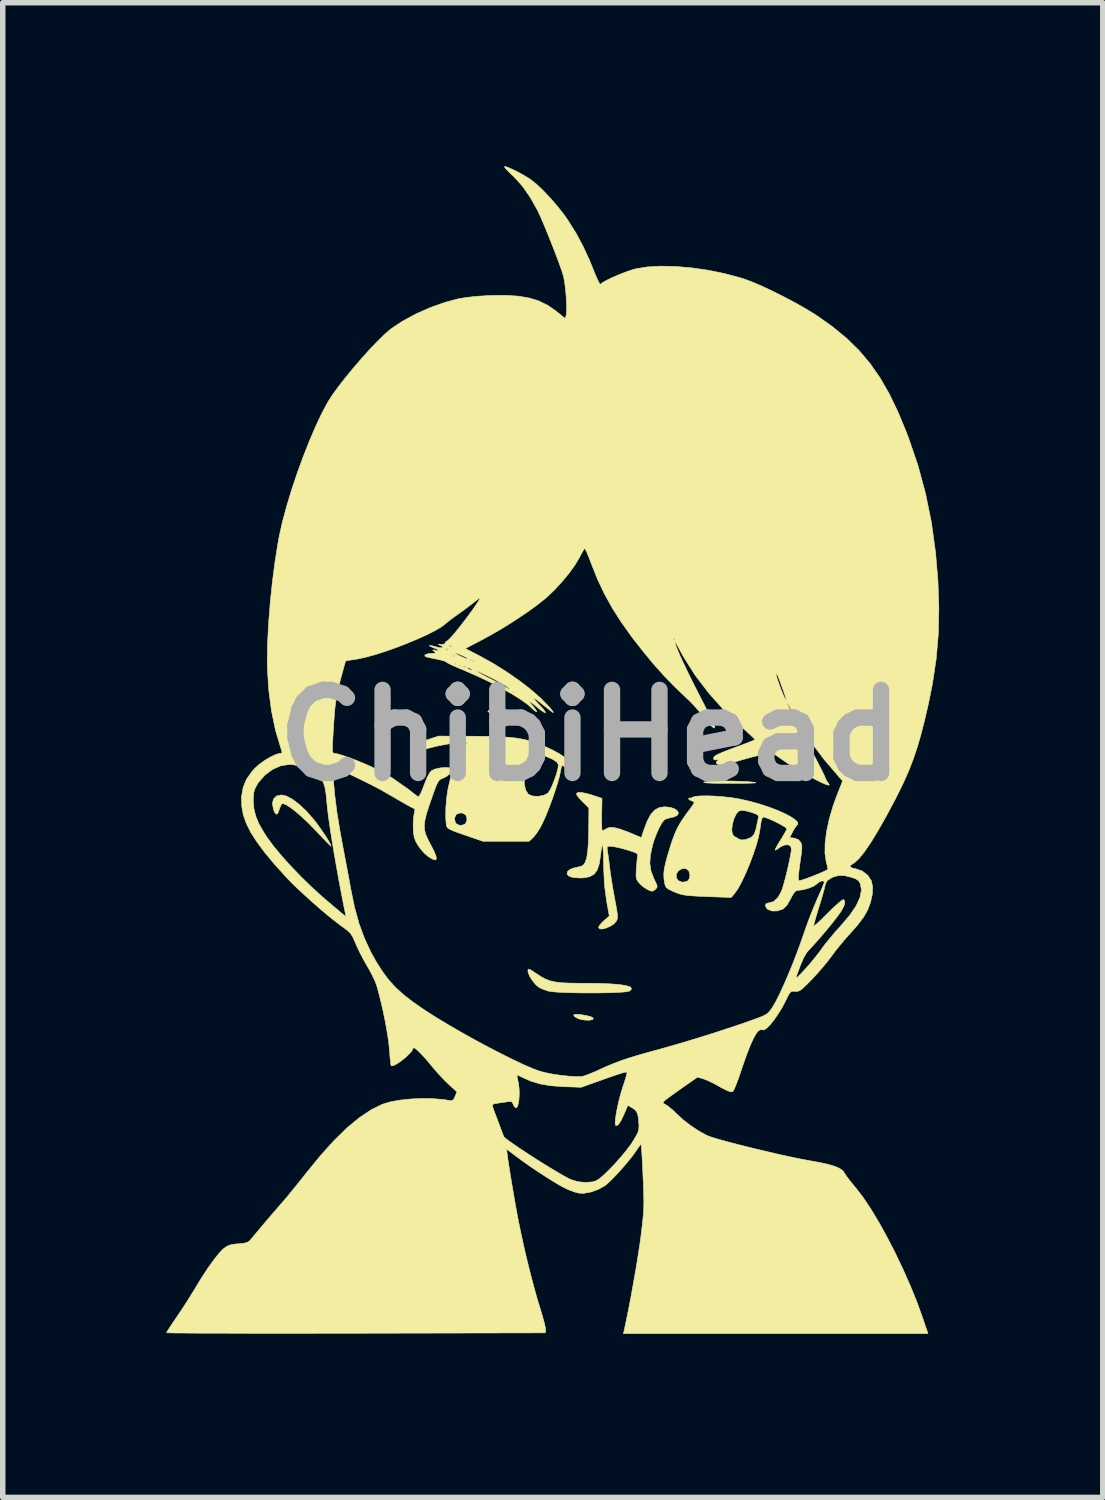
<source format=kicad_pcb>
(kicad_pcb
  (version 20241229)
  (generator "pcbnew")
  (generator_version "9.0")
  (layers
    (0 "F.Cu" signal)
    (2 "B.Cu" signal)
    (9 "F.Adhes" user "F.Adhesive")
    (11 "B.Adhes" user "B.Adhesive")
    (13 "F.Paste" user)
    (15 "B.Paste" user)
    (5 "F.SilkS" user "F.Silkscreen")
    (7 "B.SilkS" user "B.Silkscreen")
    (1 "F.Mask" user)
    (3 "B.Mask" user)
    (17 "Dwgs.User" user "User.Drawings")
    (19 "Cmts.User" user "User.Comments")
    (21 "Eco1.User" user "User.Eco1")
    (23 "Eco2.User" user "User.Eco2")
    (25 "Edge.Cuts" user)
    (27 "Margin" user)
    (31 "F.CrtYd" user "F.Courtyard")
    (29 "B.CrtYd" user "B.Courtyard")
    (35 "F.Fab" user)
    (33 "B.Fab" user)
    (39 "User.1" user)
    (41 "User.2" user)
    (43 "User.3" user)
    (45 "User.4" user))
  (footprint "ChibiHead"
    (layer "F.Cu")
    (at 7.777 10.439)
    (property "Reference" "ChibiHead" (at 0 0 0) (layer "F.Fab") (effects (font (size 1.524 1.524) (thickness 0.3))))
    (attr through_hole)
    (fp_poly (pts (xy -0.201 5.118) (xy -0.185 5.12) (xy -0.065 5.141) (xy 0.01 5.16) (xy 0.048 5.181) (xy 0.057 5.194) (xy 0.041 5.214) (xy -0.01 5.224) (xy -0.081 5.224) (xy -0.156 5.215) (xy -0.221 5.196) (xy -0.222 5.195) (xy -0.288 5.158) (xy -0.305 5.131) (xy -0.275 5.116) (xy -0.201 5.118)) (stroke (width 0.01) (type solid)) (fill yes) (layer "F.SilkS"))
    (fp_poly (pts (xy 2.631 0.839) (xy 2.774 0.843) (xy 2.902 0.85) (xy 2.997 0.859) (xy 3.037 0.866) (xy 3.033 0.871) (xy 2.985 0.875) (xy 2.891 0.878) (xy 2.749 0.88) (xy 2.592 0.88) (xy 2.39 0.88) (xy 2.238 0.877) (xy 2.137 0.873) (xy 2.085 0.866) (xy 2.083 0.858) (xy 2.084 0.857) (xy 2.135 0.848) (xy 2.227 0.842) (xy 2.347 0.838) (xy 2.485 0.837) (xy 2.631 0.839)) (stroke (width 0.01) (type solid)) (fill yes) (layer "F.SilkS"))
    (fp_poly (pts (xy -1.711 -0.452) (xy -1.6 -0.423) (xy -1.475 -0.382) (xy -1.342 -0.33) (xy -1.209 -0.271) (xy -1.084 -0.208) (xy -0.975 -0.143) (xy -0.902 -0.09) (xy -0.855 -0.048) (xy -0.851 -0.032) (xy -0.887 -0.043) (xy -0.962 -0.08) (xy -1.029 -0.117) (xy -1.135 -0.171) (xy -1.261 -0.23) (xy -1.397 -0.287) (xy -1.531 -0.338) (xy -1.651 -0.38) (xy -1.745 -0.407) (xy -1.794 -0.415) (xy -1.851 -0.422) (xy -1.879 -0.435) (xy -1.879 -0.436) (xy -1.858 -0.462) (xy -1.8 -0.466) (xy -1.711 -0.452)) (stroke (width 0.01) (type solid)) (fill yes) (layer "F.SilkS"))
    (fp_poly (pts (xy -5.573 1.113) (xy -5.462 1.173) (xy -5.338 1.267) (xy -5.209 1.388) (xy -5.08 1.534) (xy -5.023 1.606) (xy -4.955 1.7) (xy -4.889 1.796) (xy -4.83 1.886) (xy -4.785 1.961) (xy -4.759 2.013) (xy -4.756 2.032) (xy -4.756 2.032) (xy -4.777 2.014) (xy -4.825 1.966) (xy -4.896 1.893) (xy -4.983 1.801) (xy -5.039 1.742) (xy -5.161 1.617) (xy -5.282 1.502) (xy -5.396 1.403) (xy -5.497 1.325) (xy -5.579 1.273) (xy -5.635 1.251) (xy -5.649 1.252) (xy -5.673 1.281) (xy -5.698 1.339) (xy -5.703 1.356) (xy -5.73 1.427) (xy -5.758 1.447) (xy -5.787 1.416) (xy -5.81 1.359) (xy -5.83 1.251) (xy -5.81 1.167) (xy -5.754 1.112) (xy -5.665 1.092) (xy -5.665 1.092) (xy -5.573 1.113)) (stroke (width 0.01) (type solid)) (fill yes) (layer "F.SilkS"))
    (fp_poly (pts (xy -1.098 4.299) (xy -1.039 4.336) (xy -0.987 4.372) (xy -0.9 4.428) (xy -0.82 4.471) (xy -0.739 4.502) (xy -0.647 4.523) (xy -0.536 4.537) (xy -0.397 4.544) (xy -0.22 4.547) (xy -0.117 4.547) (xy 0.151 4.55) (xy 0.368 4.558) (xy 0.537 4.571) (xy 0.657 4.59) (xy 0.73 4.613) (xy 0.757 4.643) (xy 0.738 4.678) (xy 0.725 4.688) (xy 0.685 4.699) (xy 0.601 4.709) (xy 0.484 4.716) (xy 0.34 4.721) (xy 0.178 4.724) (xy 0.006 4.725) (xy -0.168 4.724) (xy -0.335 4.721) (xy -0.488 4.716) (xy -0.618 4.709) (xy -0.716 4.7) (xy -0.775 4.689) (xy -0.855 4.661) (xy -0.924 4.631) (xy -0.934 4.626) (xy -0.994 4.578) (xy -1.055 4.506) (xy -1.108 4.425) (xy -1.139 4.352) (xy -1.143 4.326) (xy -1.141 4.296) (xy -1.129 4.287) (xy -1.098 4.299)) (stroke (width 0.01) (type solid)) (fill yes) (layer "F.SilkS"))
    (fp_poly (pts (xy -0.066 1.066) (xy 0.051 1.101) (xy 0.216 1.156) (xy 0.21 1.454) (xy 0.209 1.571) (xy 0.211 1.665) (xy 0.215 1.729) (xy 0.222 1.752) (xy 0.255 1.737) (xy 0.292 1.713) (xy 0.351 1.689) (xy 0.436 1.691) (xy 0.551 1.72) (xy 0.702 1.776) (xy 0.74 1.792) (xy 0.937 1.876) (xy 0.98 1.745) (xy 1.044 1.575) (xy 1.11 1.451) (xy 1.184 1.369) (xy 1.269 1.323) (xy 1.369 1.31) (xy 1.371 1.31) (xy 1.475 1.322) (xy 1.553 1.35) (xy 1.602 1.388) (xy 1.618 1.429) (xy 1.596 1.468) (xy 1.532 1.497) (xy 1.502 1.503) (xy 1.427 1.521) (xy 1.371 1.541) (xy 1.36 1.548) (xy 1.316 1.603) (xy 1.264 1.695) (xy 1.213 1.81) (xy 1.166 1.936) (xy 1.145 2.006) (xy 1.104 2.192) (xy 1.093 2.348) (xy 1.114 2.489) (xy 1.167 2.626) (xy 1.168 2.628) (xy 1.207 2.709) (xy 1.226 2.758) (xy 1.225 2.788) (xy 1.206 2.813) (xy 1.193 2.826) (xy 1.157 2.854) (xy 1.122 2.858) (xy 1.068 2.837) (xy 1.054 2.83) (xy 0.976 2.781) (xy 0.904 2.716) (xy 0.898 2.709) (xy 0.866 2.667) (xy 0.847 2.628) (xy 0.84 2.577) (xy 0.842 2.5) (xy 0.848 2.419) (xy 0.856 2.319) (xy 0.864 2.236) (xy 0.869 2.187) (xy 0.87 2.18) (xy 0.85 2.163) (xy 0.792 2.139) (xy 0.709 2.111) (xy 0.612 2.083) (xy 0.514 2.058) (xy 0.427 2.04) (xy 0.362 2.033) (xy 0.359 2.033) (xy 0.32 2.037) (xy 0.308 2.062) (xy 0.316 2.12) (xy 0.326 2.188) (xy 0.34 2.287) (xy 0.353 2.398) (xy 0.356 2.419) (xy 0.37 2.525) (xy 0.391 2.664) (xy 0.416 2.818) (xy 0.444 2.971) (xy 0.447 2.99) (xy 0.474 3.132) (xy 0.491 3.233) (xy 0.499 3.302) (xy 0.499 3.348) (xy 0.492 3.381) (xy 0.477 3.409) (xy 0.472 3.416) (xy 0.426 3.464) (xy 0.36 3.505) (xy 0.287 3.536) (xy 0.22 3.552) (xy 0.171 3.549) (xy 0.152 3.523) (xy 0.171 3.485) (xy 0.217 3.431) (xy 0.251 3.399) (xy 0.35 3.315) (xy 0.299 3.035) (xy 0.261 2.745) (xy 0.245 2.412) (xy 0.245 2.381) (xy 0.243 2.25) (xy 0.239 2.139) (xy 0.233 2.056) (xy 0.228 2.012) (xy 0.225 2.007) (xy 0.215 2.03) (xy 0.203 2.091) (xy 0.192 2.178) (xy 0.19 2.191) (xy 0.167 2.351) (xy 0.129 2.468) (xy 0.071 2.547) (xy -0.012 2.593) (xy -0.126 2.614) (xy -0.197 2.616) (xy -0.312 2.608) (xy -0.39 2.583) (xy -0.426 2.545) (xy -0.417 2.498) (xy -0.373 2.46) (xy -0.315 2.436) (xy -0.234 2.417) (xy -0.172 2.403) (xy -0.126 2.379) (xy -0.091 2.327) (xy -0.064 2.242) (xy -0.046 2.121) (xy -0.034 1.958) (xy -0.029 1.75) (xy -0.028 1.726) (xy -0.025 1.332) (xy -0.14 1.219) (xy -0.199 1.156) (xy -0.241 1.102) (xy -0.254 1.074) (xy -0.232 1.049) (xy -0.168 1.046) (xy -0.066 1.066)) (stroke (width 0.01) (type solid)) (fill yes) (layer "F.SilkS"))
    (fp_poly (pts (xy -1.501 -10.415) (xy -1.423 -10.381) (xy -1.331 -10.335) (xy -1.235 -10.283) (xy -1.145 -10.229) (xy -1.092 -10.195) (xy -0.986 -10.11) (xy -0.862 -9.992) (xy -0.73 -9.853) (xy -0.6 -9.703) (xy -0.482 -9.552) (xy -0.41 -9.45) (xy -0.261 -9.213) (xy -0.131 -8.97) (xy -0.009 -8.705) (xy 0.063 -8.527) (xy 0.106 -8.421) (xy 0.144 -8.338) (xy 0.172 -8.286) (xy 0.186 -8.273) (xy 0.186 -8.273) (xy 0.223 -8.304) (xy 0.297 -8.346) (xy 0.397 -8.395) (xy 0.513 -8.445) (xy 0.633 -8.493) (xy 0.747 -8.533) (xy 0.838 -8.559) (xy 1.048 -8.593) (xy 1.295 -8.607) (xy 1.569 -8.601) (xy 1.86 -8.576) (xy 2.159 -8.533) (xy 2.456 -8.473) (xy 2.742 -8.397) (xy 2.832 -8.369) (xy 2.98 -8.313) (xy 3.159 -8.236) (xy 3.358 -8.142) (xy 3.566 -8.038) (xy 3.771 -7.929) (xy 3.962 -7.82) (xy 4.128 -7.718) (xy 4.153 -7.702) (xy 4.444 -7.496) (xy 4.701 -7.285) (xy 4.929 -7.062) (xy 5.133 -6.821) (xy 5.318 -6.555) (xy 5.488 -6.259) (xy 5.648 -5.926) (xy 5.803 -5.55) (xy 5.837 -5.461) (xy 6.012 -4.948) (xy 6.151 -4.433) (xy 6.258 -3.906) (xy 6.334 -3.355) (xy 6.378 -2.83) (xy 6.395 -2.333) (xy 6.385 -1.864) (xy 6.346 -1.407) (xy 6.277 -0.947) (xy 6.207 -0.597) (xy 6.136 -0.29) (xy 6.068 -0.023) (xy 6 0.213) (xy 5.927 0.43) (xy 5.847 0.638) (xy 5.756 0.846) (xy 5.65 1.064) (xy 5.59 1.181) (xy 5.426 1.489) (xy 5.277 1.751) (xy 5.145 1.968) (xy 5.029 2.137) (xy 4.93 2.26) (xy 4.847 2.336) (xy 4.822 2.351) (xy 4.771 2.386) (xy 4.768 2.414) (xy 4.814 2.436) (xy 4.874 2.448) (xy 4.99 2.489) (xy 5.09 2.566) (xy 5.156 2.666) (xy 5.179 2.776) (xy 5.174 2.913) (xy 5.141 3.063) (xy 5.088 3.204) (xy 5.013 3.335) (xy 4.902 3.482) (xy 4.789 3.61) (xy 4.687 3.723) (xy 4.583 3.847) (xy 4.49 3.963) (xy 4.432 4.042) (xy 4.357 4.14) (xy 4.26 4.258) (xy 4.154 4.38) (xy 4.071 4.469) (xy 3.976 4.566) (xy 3.908 4.631) (xy 3.859 4.671) (xy 3.82 4.691) (xy 3.784 4.696) (xy 3.758 4.695) (xy 3.713 4.693) (xy 3.681 4.703) (xy 3.652 4.736) (xy 3.617 4.8) (xy 3.589 4.859) (xy 3.521 4.989) (xy 3.446 5.111) (xy 3.37 5.221) (xy 3.297 5.311) (xy 3.234 5.374) (xy 3.184 5.405) (xy 3.157 5.4) (xy 3.126 5.4) (xy 3.095 5.412) (xy 3.052 5.457) (xy 2.999 5.548) (xy 2.937 5.683) (xy 2.868 5.859) (xy 2.793 6.073) (xy 2.769 6.145) (xy 2.725 6.275) (xy 2.683 6.388) (xy 2.647 6.475) (xy 2.621 6.526) (xy 2.612 6.536) (xy 2.577 6.539) (xy 2.513 6.517) (xy 2.416 6.468) (xy 2.373 6.444) (xy 2.27 6.387) (xy 2.169 6.338) (xy 2.089 6.305) (xy 2.069 6.299) (xy 1.967 6.269) (xy 1.688 6.464) (xy 1.581 6.54) (xy 1.485 6.609) (xy 1.411 6.663) (xy 1.368 6.697) (xy 1.364 6.7) (xy 1.336 6.73) (xy 1.344 6.751) (xy 1.389 6.777) (xy 1.442 6.813) (xy 1.514 6.874) (xy 1.59 6.947) (xy 1.594 6.95) (xy 1.708 7.055) (xy 1.847 7.161) (xy 1.993 7.258) (xy 2.128 7.332) (xy 2.166 7.349) (xy 2.24 7.375) (xy 2.356 7.41) (xy 2.507 7.452) (xy 2.683 7.498) (xy 2.877 7.547) (xy 3.082 7.597) (xy 3.29 7.646) (xy 3.492 7.693) (xy 3.681 7.734) (xy 3.849 7.769) (xy 3.989 7.795) (xy 4.005 7.798) (xy 4.21 7.835) (xy 4.37 7.87) (xy 4.49 7.906) (xy 4.576 7.944) (xy 4.633 7.986) (xy 4.667 8.035) (xy 4.668 8.036) (xy 4.694 8.077) (xy 4.745 8.146) (xy 4.814 8.232) (xy 4.872 8.302) (xy 5.003 8.472) (xy 5.145 8.684) (xy 5.293 8.929) (xy 5.443 9.2) (xy 5.592 9.489) (xy 5.735 9.789) (xy 5.869 10.091) (xy 5.99 10.388) (xy 6.083 10.644) (xy 6.195 10.973) (xy 0.609 10.973) (xy 0.622 10.916) (xy 0.661 10.734) (xy 0.705 10.516) (xy 0.751 10.276) (xy 0.796 10.024) (xy 0.84 9.774) (xy 0.878 9.539) (xy 0.91 9.33) (xy 0.93 9.187) (xy 0.95 9.017) (xy 0.966 8.878) (xy 0.976 8.76) (xy 0.982 8.648) (xy 0.983 8.532) (xy 0.98 8.398) (xy 0.975 8.235) (xy 0.968 8.094) (xy 0.961 7.927) (xy 0.953 7.779) (xy 0.946 7.655) (xy 0.94 7.564) (xy 0.935 7.512) (xy 0.933 7.503) (xy 0.915 7.517) (xy 0.88 7.563) (xy 0.846 7.613) (xy 0.783 7.704) (xy 0.696 7.813) (xy 0.596 7.931) (xy 0.492 8.046) (xy 0.393 8.149) (xy 0.31 8.227) (xy 0.273 8.257) (xy 0.152 8.326) (xy 0.015 8.376) (xy -0.118 8.4) (xy -0.207 8.397) (xy -0.283 8.377) (xy -0.38 8.342) (xy -0.458 8.307) (xy -0.553 8.257) (xy -0.677 8.183) (xy -0.821 8.092) (xy -0.974 7.993) (xy -1.124 7.891) (xy -1.261 7.794) (xy -1.365 7.717) (xy -1.44 7.66) (xy -1.498 7.617) (xy -1.529 7.596) (xy -1.531 7.595) (xy -1.531 7.618) (xy -1.523 7.685) (xy -1.509 7.787) (xy -1.489 7.917) (xy -1.465 8.067) (xy -1.438 8.231) (xy -1.409 8.402) (xy -1.38 8.571) (xy -1.351 8.731) (xy -1.324 8.876) (xy -1.323 8.882) (xy -1.264 9.168) (xy -1.197 9.47) (xy -1.123 9.775) (xy -1.047 10.07) (xy -0.972 10.339) (xy -0.915 10.527) (xy -0.877 10.652) (xy -0.846 10.764) (xy -0.826 10.85) (xy -0.818 10.902) (xy -0.818 10.908) (xy -0.826 10.96) (xy -4.299 10.967) (xy -4.715 10.967) (xy -5.116 10.968) (xy -5.5 10.968) (xy -5.865 10.968) (xy -6.206 10.968) (xy -6.522 10.967) (xy -6.809 10.966) (xy -7.064 10.966) (xy -7.285 10.965) (xy -7.468 10.963) (xy -7.611 10.962) (xy -7.71 10.96) (xy -7.764 10.959) (xy -7.772 10.958) (xy -7.759 10.932) (xy -7.722 10.873) (xy -7.666 10.789) (xy -7.598 10.688) (xy -7.585 10.669) (xy -7.496 10.537) (xy -7.401 10.391) (xy -7.313 10.25) (xy -7.256 10.158) (xy -7.135 9.958) (xy -7.018 9.779) (xy -6.91 9.627) (xy -6.816 9.508) (xy -6.74 9.427) (xy -6.724 9.414) (xy -6.66 9.369) (xy -6.595 9.344) (xy -6.508 9.33) (xy -6.457 9.327) (xy -6.348 9.315) (xy -6.279 9.295) (xy -6.248 9.272) (xy -6.217 9.235) (xy -6.162 9.169) (xy -6.09 9.083) (xy -6.021 9.001) (xy -5.923 8.885) (xy -5.814 8.758) (xy -5.712 8.64) (xy -5.664 8.585) (xy -5.589 8.498) (xy -5.494 8.383) (xy -5.387 8.252) (xy -5.278 8.115) (xy -5.218 8.039) (xy -4.952 7.713) (xy -4.701 7.434) (xy -4.462 7.2) (xy -4.235 7.012) (xy -4.017 6.867) (xy -3.883 6.801) (xy -1.795 6.801) (xy -1.795 6.803) (xy -1.78 6.844) (xy -1.752 6.92) (xy -1.715 7.018) (xy -1.689 7.087) (xy -1.65 7.191) (xy -1.617 7.279) (xy -1.594 7.34) (xy -1.588 7.358) (xy -1.562 7.385) (xy -1.5 7.433) (xy -1.407 7.499) (xy -1.291 7.578) (xy -1.158 7.666) (xy -1.016 7.758) (xy -0.87 7.85) (xy -0.728 7.937) (xy -0.596 8.016) (xy -0.481 8.083) (xy -0.39 8.132) (xy -0.356 8.148) (xy -0.231 8.186) (xy -0.093 8.201) (xy 0.038 8.191) (xy 0.109 8.17) (xy 0.169 8.132) (xy 0.251 8.061) (xy 0.35 7.966) (xy 0.455 7.856) (xy 0.561 7.737) (xy 0.658 7.619) (xy 0.741 7.51) (xy 0.776 7.457) (xy 0.836 7.358) (xy 0.873 7.286) (xy 0.89 7.227) (xy 0.894 7.167) (xy 0.893 7.143) (xy 0.884 7.024) (xy 0.868 6.943) (xy 0.84 6.889) (xy 0.796 6.849) (xy 0.775 6.836) (xy 0.69 6.786) (xy 0.62 6.949) (xy 0.565 7.066) (xy 0.518 7.137) (xy 0.48 7.16) (xy 0.464 7.153) (xy 0.457 7.116) (xy 0.462 7.04) (xy 0.477 6.935) (xy 0.501 6.812) (xy 0.531 6.679) (xy 0.567 6.548) (xy 0.597 6.452) (xy 0.632 6.345) (xy 0.658 6.257) (xy 0.673 6.198) (xy 0.675 6.179) (xy 0.659 6.176) (xy 0.621 6.183) (xy 0.556 6.202) (xy 0.458 6.234) (xy 0.323 6.281) (xy 0.165 6.337) (xy -0.165 6.455) (xy -0.495 6.444) (xy -0.724 6.427) (xy -0.918 6.394) (xy -1.094 6.341) (xy -1.265 6.264) (xy -1.318 6.239) (xy -1.345 6.232) (xy -1.346 6.234) (xy -1.341 6.263) (xy -1.329 6.326) (xy -1.318 6.377) (xy -1.305 6.471) (xy -1.302 6.574) (xy -1.307 6.674) (xy -1.32 6.758) (xy -1.34 6.815) (xy -1.36 6.833) (xy -1.393 6.811) (xy -1.412 6.77) (xy -1.433 6.725) (xy -1.478 6.716) (xy -1.495 6.718) (xy -1.561 6.728) (xy -1.65 6.74) (xy -1.685 6.745) (xy -1.759 6.757) (xy -1.793 6.774) (xy -1.795 6.801) (xy -3.883 6.801) (xy -3.814 6.767) (xy -3.672 6.724) (xy -3.494 6.691) (xy -3.294 6.67) (xy -3.083 6.66) (xy -2.876 6.664) (xy -2.687 6.681) (xy -2.598 6.695) (xy -2.542 6.701) (xy -2.509 6.682) (xy -2.481 6.626) (xy -2.445 6.54) (xy -2.6 6.398) (xy -2.686 6.313) (xy -2.787 6.206) (xy -2.885 6.093) (xy -2.929 6.039) (xy -3.02 5.931) (xy -3.103 5.841) (xy -3.172 5.774) (xy -3.222 5.736) (xy -3.248 5.731) (xy -3.251 5.74) (xy -3.269 5.783) (xy -3.318 5.84) (xy -3.385 5.905) (xy -3.462 5.967) (xy -3.538 6.02) (xy -3.602 6.054) (xy -3.645 6.063) (xy -3.652 6.059) (xy -3.659 6.03) (xy -3.667 5.962) (xy -3.676 5.864) (xy -3.684 5.761) (xy -3.699 5.614) (xy -3.727 5.433) (xy -3.764 5.23) (xy -3.808 5.02) (xy -3.857 4.814) (xy -3.906 4.628) (xy -3.921 4.577) (xy -3.95 4.504) (xy -3.997 4.404) (xy -4.057 4.291) (xy -4.099 4.219) (xy -4.167 4.098) (xy -4.233 3.97) (xy -4.288 3.855) (xy -4.309 3.804) (xy -4.354 3.702) (xy -4.397 3.633) (xy -4.453 3.579) (xy -4.494 3.549) (xy -4.616 3.459) (xy -4.764 3.343) (xy -4.927 3.207) (xy -5.095 3.06) (xy -5.259 2.912) (xy -5.409 2.772) (xy -5.535 2.646) (xy -5.574 2.604) (xy -5.793 2.362) (xy -5.973 2.145) (xy -6.118 1.95) (xy -6.23 1.774) (xy -6.311 1.61) (xy -6.365 1.455) (xy -6.392 1.304) (xy -6.395 1.206) (xy -6.181 1.206) (xy -6.169 1.347) (xy -6.136 1.483) (xy -6.076 1.625) (xy -5.985 1.784) (xy -5.931 1.867) (xy -5.816 2.024) (xy -5.668 2.203) (xy -5.496 2.394) (xy -5.308 2.59) (xy -5.111 2.782) (xy -4.914 2.961) (xy -4.843 3.022) (xy -4.73 3.118) (xy -4.631 3.202) (xy -4.552 3.268) (xy -4.5 3.311) (xy -4.481 3.327) (xy -4.481 3.327) (xy -4.485 3.304) (xy -4.497 3.243) (xy -4.515 3.154) (xy -4.525 3.105) (xy -4.568 2.884) (xy -4.613 2.646) (xy -4.657 2.399) (xy -4.7 2.153) (xy -4.739 1.915) (xy -4.773 1.694) (xy -4.801 1.499) (xy -4.821 1.339) (xy -4.83 1.245) (xy -4.846 1.082) (xy -4.865 0.96) (xy -4.894 0.869) (xy -4.939 0.799) (xy -5.005 0.741) (xy -5.098 0.684) (xy -5.184 0.638) (xy -5.301 0.582) (xy -5.364 0.56) (xy -4.73 0.56) (xy -4.713 0.807) (xy -4.686 1.101) (xy -4.646 1.416) (xy -4.59 1.759) (xy -4.535 2.057) (xy -4.502 2.231) (xy -4.467 2.414) (xy -4.434 2.59) (xy -4.406 2.743) (xy -4.395 2.807) (xy -4.325 3.148) (xy -4.242 3.451) (xy -4.14 3.727) (xy -4.018 3.988) (xy -3.93 4.145) (xy -3.817 4.324) (xy -3.701 4.481) (xy -3.573 4.622) (xy -3.426 4.756) (xy -3.251 4.892) (xy -3.039 5.038) (xy -2.997 5.066) (xy -2.803 5.189) (xy -2.586 5.319) (xy -2.355 5.453) (xy -2.116 5.586) (xy -1.876 5.715) (xy -1.644 5.835) (xy -1.426 5.944) (xy -1.229 6.037) (xy -1.061 6.11) (xy -0.936 6.157) (xy -0.828 6.186) (xy -0.693 6.213) (xy -0.545 6.235) (xy -0.399 6.251) (xy -0.268 6.259) (xy -0.168 6.258) (xy -0.144 6.255) (xy -0.09 6.24) (xy -0.005 6.207) (xy 0.099 6.164) (xy 0.164 6.134) (xy 0.305 6.07) (xy 0.436 6.016) (xy 0.568 5.966) (xy 0.713 5.917) (xy 0.878 5.867) (xy 1.076 5.811) (xy 1.232 5.769) (xy 1.465 5.703) (xy 1.727 5.627) (xy 2.005 5.542) (xy 2.285 5.454) (xy 2.555 5.366) (xy 2.802 5.283) (xy 3.007 5.21) (xy 3.12 5.168) (xy 3.197 5.134) (xy 3.25 5.101) (xy 3.29 5.061) (xy 3.33 5.006) (xy 3.348 4.978) (xy 3.405 4.88) (xy 3.474 4.743) (xy 3.551 4.575) (xy 3.607 4.447) (xy 3.778 4.447) (xy 3.793 4.442) (xy 3.83 4.407) (xy 3.894 4.34) (xy 3.938 4.293) (xy 4.033 4.186) (xy 4.131 4.067) (xy 4.217 3.956) (xy 4.241 3.921) (xy 4.31 3.828) (xy 4.402 3.715) (xy 4.503 3.595) (xy 4.59 3.499) (xy 4.756 3.305) (xy 4.876 3.129) (xy 4.948 2.973) (xy 4.974 2.836) (xy 4.954 2.719) (xy 4.953 2.718) (xy 4.921 2.666) (xy 4.868 2.63) (xy 4.793 2.604) (xy 4.664 2.573) (xy 4.562 2.57) (xy 4.468 2.594) (xy 4.422 2.615) (xy 4.353 2.659) (xy 4.318 2.713) (xy 4.306 2.761) (xy 4.291 2.822) (xy 4.265 2.918) (xy 4.23 3.037) (xy 4.19 3.165) (xy 4.188 3.172) (xy 4.152 3.29) (xy 4.123 3.39) (xy 4.104 3.462) (xy 4.099 3.497) (xy 4.099 3.498) (xy 4.12 3.485) (xy 4.17 3.442) (xy 4.242 3.375) (xy 4.329 3.289) (xy 4.367 3.252) (xy 4.46 3.161) (xy 4.541 3.087) (xy 4.604 3.034) (xy 4.642 3.01) (xy 4.648 3.01) (xy 4.672 3.052) (xy 4.656 3.125) (xy 4.6 3.229) (xy 4.586 3.249) (xy 4.525 3.333) (xy 4.44 3.443) (xy 4.339 3.565) (xy 4.235 3.689) (xy 4.136 3.802) (xy 4.053 3.892) (xy 4.024 3.921) (xy 3.969 3.987) (xy 3.915 4.08) (xy 3.859 4.207) (xy 3.797 4.375) (xy 3.795 4.381) (xy 3.78 4.426) (xy 3.778 4.447) (xy 3.607 4.447) (xy 3.633 4.386) (xy 3.716 4.185) (xy 3.795 3.98) (xy 3.868 3.781) (xy 3.907 3.668) (xy 3.963 3.506) (xy 4.027 3.333) (xy 4.093 3.168) (xy 4.152 3.028) (xy 4.163 3.002) (xy 4.213 2.891) (xy 4.254 2.796) (xy 4.282 2.727) (xy 4.293 2.693) (xy 4.293 2.693) (xy 4.275 2.669) (xy 4.233 2.673) (xy 4.181 2.702) (xy 4.153 2.728) (xy 4.094 2.768) (xy 4.002 2.805) (xy 3.896 2.833) (xy 3.796 2.845) (xy 3.79 2.845) (xy 3.752 2.869) (xy 3.705 2.94) (xy 3.676 2.997) (xy 3.609 3.114) (xy 3.541 3.182) (xy 3.531 3.187) (xy 3.433 3.22) (xy 3.338 3.222) (xy 3.26 3.194) (xy 3.24 3.177) (xy 3.211 3.124) (xy 3.226 3.086) (xy 3.272 3.073) (xy 3.363 3.049) (xy 3.442 2.977) (xy 3.506 2.861) (xy 3.523 2.817) (xy 3.554 2.713) (xy 3.59 2.576) (xy 3.627 2.422) (xy 3.66 2.269) (xy 3.685 2.134) (xy 3.69 2.103) (xy 3.682 2.042) (xy 3.641 2.01) (xy 3.577 2.008) (xy 3.501 2.038) (xy 3.469 2.06) (xy 3.421 2.094) (xy 3.392 2.105) (xy 3.391 2.104) (xy 3.399 2.079) (xy 3.429 2.023) (xy 3.475 1.945) (xy 3.493 1.917) (xy 3.545 1.832) (xy 3.585 1.761) (xy 3.605 1.718) (xy 3.606 1.712) (xy 3.585 1.691) (xy 3.53 1.656) (xy 3.453 1.614) (xy 3.367 1.571) (xy 3.284 1.534) (xy 3.217 1.507) (xy 3.181 1.499) (xy 3.161 1.507) (xy 3.145 1.538) (xy 3.131 1.6) (xy 3.116 1.701) (xy 3.111 1.74) (xy 3.087 1.863) (xy 3.046 2.014) (xy 2.99 2.181) (xy 2.925 2.355) (xy 2.855 2.523) (xy 2.784 2.675) (xy 2.717 2.8) (xy 2.657 2.888) (xy 2.656 2.89) (xy 2.586 2.973) (xy 2.188 2.959) (xy 2.015 2.952) (xy 1.884 2.945) (xy 1.784 2.937) (xy 1.705 2.925) (xy 1.638 2.908) (xy 1.574 2.885) (xy 1.509 2.857) (xy 1.433 2.82) (xy 1.391 2.786) (xy 1.371 2.74) (xy 1.363 2.702) (xy 1.351 2.615) (xy 1.351 2.612) (xy 1.578 2.612) (xy 1.616 2.665) (xy 1.685 2.692) (xy 1.702 2.692) (xy 1.764 2.681) (xy 1.798 2.662) (xy 1.822 2.614) (xy 1.829 2.565) (xy 1.81 2.489) (xy 1.761 2.446) (xy 1.694 2.441) (xy 1.623 2.479) (xy 1.621 2.48) (xy 1.578 2.545) (xy 1.578 2.612) (xy 1.351 2.612) (xy 1.349 2.536) (xy 1.358 2.452) (xy 1.379 2.351) (xy 1.414 2.219) (xy 1.436 2.146) (xy 1.493 1.96) (xy 1.548 1.811) (xy 1.582 1.736) (xy 2.596 1.736) (xy 2.605 1.796) (xy 2.629 1.844) (xy 2.649 1.86) (xy 2.68 1.87) (xy 2.709 1.893) (xy 2.768 1.918) (xy 2.849 1.912) (xy 2.94 1.876) (xy 2.964 1.862) (xy 3.008 1.81) (xy 3.04 1.719) (xy 3.048 1.681) (xy 3.066 1.595) (xy 3.081 1.525) (xy 3.088 1.497) (xy 3.08 1.468) (xy 3.035 1.44) (xy 2.963 1.414) (xy 2.853 1.384) (xy 2.777 1.375) (xy 2.726 1.389) (xy 2.688 1.426) (xy 2.683 1.434) (xy 2.636 1.528) (xy 2.606 1.636) (xy 2.596 1.736) (xy 1.582 1.736) (xy 1.606 1.684) (xy 1.676 1.565) (xy 1.762 1.441) (xy 1.79 1.404) (xy 1.854 1.317) (xy 1.892 1.262) (xy 1.905 1.231) (xy 1.897 1.215) (xy 1.872 1.205) (xy 1.866 1.204) (xy 1.819 1.183) (xy 1.803 1.161) (xy 1.814 1.147) (xy 1.82 1.151) (xy 1.85 1.151) (xy 1.875 1.136) (xy 1.923 1.12) (xy 2.011 1.111) (xy 2.13 1.109) (xy 2.269 1.113) (xy 2.419 1.124) (xy 2.57 1.14) (xy 2.711 1.162) (xy 2.747 1.169) (xy 2.929 1.21) (xy 3.108 1.26) (xy 3.278 1.316) (xy 3.433 1.375) (xy 3.569 1.435) (xy 3.679 1.493) (xy 3.759 1.547) (xy 3.804 1.594) (xy 3.807 1.633) (xy 3.792 1.647) (xy 3.766 1.678) (xy 3.729 1.738) (xy 3.712 1.77) (xy 3.658 1.876) (xy 3.74 1.884) (xy 3.817 1.911) (xy 3.858 1.959) (xy 3.874 1.993) (xy 3.881 2.033) (xy 3.881 2.089) (xy 3.872 2.172) (xy 3.855 2.293) (xy 3.848 2.334) (xy 3.83 2.472) (xy 3.82 2.577) (xy 3.819 2.644) (xy 3.825 2.665) (xy 3.853 2.662) (xy 3.916 2.643) (xy 4.001 2.613) (xy 4.098 2.576) (xy 4.194 2.537) (xy 4.278 2.5) (xy 4.338 2.471) (xy 4.359 2.457) (xy 4.356 2.431) (xy 4.342 2.371) (xy 4.327 2.311) (xy 4.305 2.162) (xy 4.308 1.977) (xy 4.335 1.766) (xy 4.384 1.536) (xy 4.454 1.296) (xy 4.521 1.11) (xy 4.629 0.836) (xy 4.579 0.78) (xy 4.29 0.441) (xy 4.044 0.117) (xy 3.839 -0.199) (xy 3.731 -0.39) (xy 3.68 -0.483) (xy 3.64 -0.555) (xy 3.614 -0.597) (xy 3.607 -0.603) (xy 3.619 -0.566) (xy 3.657 -0.486) (xy 3.719 -0.361) (xy 3.807 -0.192) (xy 3.92 0.021) (xy 4.038 0.241) (xy 4.114 0.384) (xy 4.183 0.515) (xy 4.24 0.627) (xy 4.282 0.711) (xy 4.304 0.759) (xy 4.305 0.765) (xy 4.336 0.832) (xy 4.363 0.87) (xy 4.385 0.905) (xy 4.372 0.914) (xy 4.324 0.901) (xy 4.242 0.866) (xy 4.135 0.812) (xy 4.01 0.745) (xy 3.876 0.669) (xy 3.742 0.589) (xy 3.616 0.51) (xy 3.51 0.437) (xy 3.349 0.323) (xy 3.172 0.353) (xy 3.064 0.374) (xy 2.932 0.407) (xy 2.799 0.444) (xy 2.761 0.455) (xy 2.648 0.489) (xy 2.543 0.517) (xy 2.461 0.535) (xy 2.437 0.538) (xy 2.362 0.537) (xy 2.318 0.519) (xy 2.312 0.489) (xy 2.334 0.465) (xy 2.358 0.444) (xy 2.338 0.444) (xy 2.318 0.449) (xy 2.273 0.45) (xy 2.261 0.421) (xy 2.269 0.398) (xy 2.296 0.373) (xy 2.349 0.344) (xy 2.433 0.307) (xy 2.552 0.26) (xy 2.714 0.2) (xy 2.756 0.185) (xy 2.863 0.145) (xy 2.949 0.111) (xy 3.005 0.087) (xy 3.022 0.076) (xy 3.004 0.056) (xy 2.955 0.008) (xy 2.881 -0.06) (xy 2.79 -0.142) (xy 2.757 -0.171) (xy 2.456 -0.46) (xy 2.177 -0.772) (xy 1.928 -1.098) (xy 1.909 -1.128) (xy 3.411 -1.128) (xy 3.415 -1.098) (xy 3.428 -1.045) (xy 3.454 -0.969) (xy 3.486 -0.88) (xy 3.521 -0.791) (xy 3.554 -0.713) (xy 3.581 -0.659) (xy 3.595 -0.641) (xy 3.596 -0.641) (xy 3.592 -0.667) (xy 3.573 -0.73) (xy 3.543 -0.817) (xy 3.526 -0.865) (xy 3.477 -0.999) (xy 3.443 -1.088) (xy 3.422 -1.137) (xy 3.412 -1.149) (xy 3.411 -1.128) (xy 1.909 -1.128) (xy 1.719 -1.427) (xy 1.658 -1.537) (xy 1.611 -1.624) (xy 1.575 -1.688) (xy 1.553 -1.72) (xy 1.55 -1.722) (xy 1.561 -1.675) (xy 1.593 -1.589) (xy 1.644 -1.469) (xy 1.712 -1.321) (xy 1.795 -1.148) (xy 1.889 -0.957) (xy 1.993 -0.753) (xy 1.996 -0.747) (xy 2.076 -0.591) (xy 2.147 -0.45) (xy 2.207 -0.329) (xy 2.252 -0.235) (xy 2.279 -0.174) (xy 2.286 -0.155) (xy 2.273 -0.135) (xy 2.235 -0.159) (xy 2.173 -0.225) (xy 2.086 -0.334) (xy 2.081 -0.34) (xy 1.994 -0.447) (xy 1.893 -0.559) (xy 1.798 -0.655) (xy 1.794 -0.658) (xy 1.555 -0.886) (xy 1.343 -1.105) (xy 1.141 -1.332) (xy 0.982 -1.525) (xy 0.794 -1.765) (xy 1.524 -1.765) (xy 1.537 -1.753) (xy 1.549 -1.765) (xy 1.537 -1.778) (xy 1.524 -1.765) (xy 0.794 -1.765) (xy 0.755 -1.816) (xy 0.563 -2.086) (xy 0.399 -2.344) (xy 0.258 -2.601) (xy 0.133 -2.865) (xy 0.02 -3.148) (xy 0.012 -3.169) (xy -0.028 -3.274) (xy -0.063 -3.359) (xy -0.089 -3.413) (xy -0.1 -3.429) (xy -0.118 -3.408) (xy -0.151 -3.353) (xy -0.192 -3.275) (xy -0.195 -3.269) (xy -0.273 -3.135) (xy -0.382 -2.983) (xy -0.512 -2.825) (xy -0.652 -2.672) (xy -0.794 -2.537) (xy -0.817 -2.517) (xy -0.973 -2.392) (xy -1.163 -2.255) (xy -1.376 -2.112) (xy -1.598 -1.972) (xy -1.818 -1.844) (xy -1.969 -1.762) (xy -2.291 -1.593) (xy -2.015 -1.45) (xy -1.771 -1.314) (xy -1.529 -1.162) (xy -1.298 -1.001) (xy -1.087 -0.838) (xy -0.905 -0.679) (xy -0.762 -0.532) (xy -0.757 -0.527) (xy -0.703 -0.462) (xy -0.676 -0.425) (xy -0.679 -0.418) (xy -0.714 -0.44) (xy -0.783 -0.494) (xy -0.888 -0.578) (xy -0.973 -0.645) (xy -1.023 -0.677) (xy -1.036 -0.677) (xy -1.012 -0.643) (xy -0.95 -0.576) (xy -0.932 -0.558) (xy -0.872 -0.494) (xy -0.832 -0.443) (xy -0.82 -0.416) (xy -0.821 -0.415) (xy -0.846 -0.423) (xy -0.899 -0.457) (xy -0.968 -0.511) (xy -0.977 -0.519) (xy -1.059 -0.586) (xy -1.103 -0.618) (xy -1.112 -0.614) (xy -1.084 -0.575) (xy -1.039 -0.522) (xy -0.998 -0.47) (xy -0.981 -0.437) (xy -0.984 -0.432) (xy -1.017 -0.449) (xy -1.054 -0.482) (xy -1.142 -0.563) (xy -1.272 -0.656) (xy -1.435 -0.759) (xy -1.509 -0.8) (xy -1.422 -0.8) (xy -1.41 -0.787) (xy -1.397 -0.8) (xy -1.41 -0.813) (xy -1.422 -0.8) (xy -1.509 -0.8) (xy -1.627 -0.867) (xy -1.839 -0.977) (xy -2.066 -1.085) (xy -2.274 -1.176) (xy -2.087 -1.176) (xy -2.052 -1.154) (xy -1.983 -1.116) (xy -1.888 -1.066) (xy -1.88 -1.062) (xy -1.768 -1.004) (xy -1.667 -0.95) (xy -1.59 -0.907) (xy -1.55 -0.882) (xy -1.495 -0.847) (xy -1.474 -0.841) (xy -1.491 -0.862) (xy -1.524 -0.889) (xy -1.58 -0.927) (xy -1.668 -0.978) (xy -1.773 -1.035) (xy -1.883 -1.091) (xy -1.982 -1.139) (xy -2.058 -1.172) (xy -2.083 -1.18) (xy -2.087 -1.176) (xy -2.274 -1.176) (xy -2.3 -1.188) (xy -2.343 -1.206) (xy -2.409 -1.233) (xy -2.252 -1.233) (xy -2.235 -1.219) (xy -2.189 -1.198) (xy -2.172 -1.195) (xy -2.167 -1.205) (xy -2.184 -1.219) (xy -2.231 -1.241) (xy -2.248 -1.244) (xy -2.252 -1.233) (xy -2.409 -1.233) (xy -2.456 -1.253) (xy -2.474 -1.262) (xy -2.328 -1.262) (xy -2.325 -1.246) (xy -2.311 -1.245) (xy -2.29 -1.254) (xy -2.294 -1.262) (xy -2.325 -1.265) (xy -2.328 -1.262) (xy -2.474 -1.262) (xy -2.531 -1.287) (xy -2.405 -1.287) (xy -2.401 -1.272) (xy -2.388 -1.27) (xy -2.367 -1.279) (xy -2.371 -1.287) (xy -2.401 -1.29) (xy -2.405 -1.287) (xy -2.531 -1.287) (xy -2.549 -1.295) (xy -2.575 -1.308) (xy -2.489 -1.308) (xy -2.477 -1.295) (xy -2.464 -1.308) (xy -2.477 -1.321) (xy -2.489 -1.308) (xy -2.575 -1.308) (xy -2.614 -1.327) (xy -2.641 -1.345) (xy -2.642 -1.346) (xy -2.662 -1.359) (xy -2.159 -1.359) (xy -2.146 -1.346) (xy -2.134 -1.359) (xy -2.146 -1.372) (xy -2.159 -1.359) (xy -2.662 -1.359) (xy -2.664 -1.36) (xy -2.724 -1.378) (xy -2.751 -1.384) (xy -2.21 -1.384) (xy -2.197 -1.372) (xy -2.184 -1.384) (xy -2.197 -1.397) (xy -2.21 -1.384) (xy -2.751 -1.384) (xy -2.8 -1.395) (xy -2.892 -1.413) (xy -2.968 -1.43) (xy -3.006 -1.439) (xy -3.037 -1.458) (xy -3.036 -1.46) (xy -2.515 -1.46) (xy -2.502 -1.448) (xy -2.489 -1.46) (xy -2.502 -1.473) (xy -2.515 -1.46) (xy -3.036 -1.46) (xy -3.026 -1.479) (xy -2.983 -1.496) (xy -2.914 -1.504) (xy -2.909 -1.504) (xy -2.851 -1.506) (xy -2.845 -1.51) (xy -2.483 -1.51) (xy -2.446 -1.485) (xy -2.383 -1.453) (xy -2.314 -1.422) (xy -2.261 -1.402) (xy -2.248 -1.4) (xy -2.245 -1.409) (xy -2.267 -1.425) (xy -2.32 -1.452) (xy -2.382 -1.479) (xy -2.439 -1.502) (xy -2.477 -1.513) (xy -2.483 -1.51) (xy -2.845 -1.51) (xy -2.837 -1.515) (xy -2.859 -1.537) (xy -2.862 -1.54) (xy -2.889 -1.563) (xy -2.877 -1.568) (xy -2.832 -1.559) (xy -2.781 -1.551) (xy -2.773 -1.559) (xy -2.8 -1.575) (xy -2.642 -1.575) (xy -2.632 -1.554) (xy -2.625 -1.558) (xy -2.622 -1.588) (xy -2.625 -1.592) (xy -2.64 -1.588) (xy -2.642 -1.575) (xy -2.8 -1.575) (xy -2.808 -1.579) (xy -2.88 -1.609) (xy -2.885 -1.611) (xy -2.936 -1.633) (xy -2.951 -1.647) (xy -2.944 -1.649) (xy -2.892 -1.642) (xy -2.824 -1.623) (xy -2.824 -1.623) (xy -2.761 -1.607) (xy -2.717 -1.607) (xy -2.703 -1.619) (xy -2.727 -1.64) (xy -2.732 -1.643) (xy -2.582 -1.643) (xy -2.579 -1.627) (xy -2.565 -1.626) (xy -2.544 -1.635) (xy -2.548 -1.643) (xy -2.579 -1.646) (xy -2.582 -1.643) (xy -2.732 -1.643) (xy -2.743 -1.648) (xy -2.785 -1.667) (xy -2.782 -1.673) (xy -2.731 -1.67) (xy -2.731 -1.67) (xy -2.674 -1.674) (xy -2.661 -1.696) (xy -2.647 -1.724) (xy -2.632 -1.727) (xy -2.604 -1.747) (xy -2.551 -1.801) (xy -2.482 -1.881) (xy -2.4 -1.982) (xy -2.313 -2.094) (xy -2.225 -2.211) (xy -2.142 -2.326) (xy -2.071 -2.431) (xy -2.018 -2.515) (xy -2.024 -2.52) (xy -2.061 -2.497) (xy -2.12 -2.451) (xy -2.122 -2.449) (xy -2.207 -2.383) (xy -2.312 -2.304) (xy -2.416 -2.229) (xy -2.426 -2.222) (xy -2.513 -2.16) (xy -2.589 -2.103) (xy -2.64 -2.061) (xy -2.648 -2.054) (xy -2.724 -1.994) (xy -2.84 -1.925) (xy -2.99 -1.849) (xy -3.163 -1.77) (xy -3.354 -1.69) (xy -3.552 -1.613) (xy -3.75 -1.543) (xy -3.94 -1.482) (xy -4.114 -1.434) (xy -4.263 -1.402) (xy -4.297 -1.396) (xy -4.387 -1.383) (xy -4.454 -1.372) (xy -4.486 -1.365) (xy -4.486 -1.364) (xy -4.495 -1.339) (xy -4.514 -1.273) (xy -4.54 -1.176) (xy -4.573 -1.058) (xy -4.584 -1.015) (xy -4.63 -0.829) (xy -4.662 -0.662) (xy -4.684 -0.491) (xy -4.699 -0.305) (xy -4.712 -0.109) (xy -4.721 0.041) (xy -4.727 0.153) (xy -4.729 0.231) (xy -4.727 0.282) (xy -4.721 0.312) (xy -4.711 0.326) (xy -4.697 0.33) (xy -4.689 0.33) (xy -4.634 0.34) (xy -4.543 0.367) (xy -4.426 0.407) (xy -4.295 0.457) (xy -4.158 0.513) (xy -4.027 0.57) (xy -3.998 0.584) (xy -3.645 0.773) (xy -3.33 0.993) (xy -3.302 1.016) (xy -3.235 1.069) (xy -3.181 1.11) (xy -3.159 1.125) (xy -3.137 1.111) (xy -3.103 1.05) (xy -3.061 0.947) (xy -3.049 0.913) (xy -2.994 0.776) (xy -2.945 0.685) (xy -2.909 0.646) (xy -2.843 0.617) (xy -2.756 0.598) (xy -2.666 0.589) (xy -2.592 0.593) (xy -2.556 0.607) (xy -2.53 0.618) (xy -2.514 0.59) (xy -2.505 0.553) (xy -2.483 0.492) (xy -2.439 0.406) (xy -2.384 0.313) (xy -2.374 0.298) (xy -2.26 0.127) (xy -2.364 0.127) (xy -2.435 0.132) (xy -2.537 0.146) (xy -2.655 0.167) (xy -2.777 0.19) (xy -2.888 0.215) (xy -2.976 0.238) (xy -3.025 0.255) (xy -3.055 0.292) (xy -3.093 0.367) (xy -3.133 0.472) (xy -3.142 0.5) (xy -3.186 0.624) (xy -3.221 0.702) (xy -3.248 0.733) (xy -3.264 0.717) (xy -3.268 0.653) (xy -3.262 0.562) (xy -3.256 0.431) (xy -3.267 0.337) (xy -3.278 0.302) (xy -3.293 0.256) (xy -3.29 0.22) (xy -3.263 0.189) (xy -3.205 0.158) (xy -3.111 0.121) (xy -3.002 0.085) (xy -2.781 0.013) (xy -2.121 0.016) (xy -1.872 0.018) (xy -1.665 0.024) (xy -1.493 0.035) (xy -1.345 0.051) (xy -1.215 0.075) (xy -1.092 0.107) (xy -0.97 0.149) (xy -0.839 0.201) (xy -0.831 0.204) (xy -0.693 0.268) (xy -0.573 0.333) (xy -0.479 0.395) (xy -0.414 0.45) (xy -0.384 0.494) (xy -0.394 0.524) (xy -0.405 0.529) (xy -0.421 0.553) (xy -0.418 0.561) (xy -0.42 0.581) (xy -0.45 0.582) (xy -0.488 0.567) (xy -0.5 0.556) (xy -0.519 0.555) (xy -0.534 0.595) (xy -0.546 0.664) (xy -0.565 0.753) (xy -0.6 0.877) (xy -0.647 1.024) (xy -0.702 1.184) (xy -0.762 1.343) (xy -0.822 1.492) (xy -0.877 1.613) (xy -0.929 1.711) (xy -0.988 1.802) (xy -1.039 1.865) (xy -1.041 1.867) (xy -1.121 1.943) (xy -1.968 1.943) (xy -2.299 1.829) (xy -2.431 1.783) (xy -2.522 1.748) (xy -2.581 1.721) (xy -2.615 1.698) (xy -2.632 1.673) (xy -2.64 1.642) (xy -2.641 1.638) (xy -2.649 1.537) (xy -2.489 1.537) (xy -2.475 1.595) (xy -2.459 1.621) (xy -2.409 1.646) (xy -2.375 1.651) (xy -2.317 1.637) (xy -2.291 1.621) (xy -2.266 1.571) (xy -2.261 1.537) (xy -2.274 1.478) (xy -2.291 1.453) (xy -2.341 1.427) (xy -2.375 1.422) (xy -2.433 1.436) (xy -2.459 1.453) (xy -2.484 1.502) (xy -2.489 1.537) (xy -2.649 1.537) (xy -2.651 1.5) (xy -2.649 1.332) (xy -2.635 1.156) (xy -2.611 0.989) (xy -2.594 0.914) (xy -2.565 0.793) (xy -2.561 0.779) (xy -1.213 0.779) (xy -1.209 0.899) (xy -1.184 1.002) (xy -1.139 1.075) (xy -1.127 1.085) (xy -1.053 1.113) (xy -0.957 1.118) (xy -0.861 1.102) (xy -0.785 1.066) (xy -0.778 1.06) (xy -0.742 1.01) (xy -0.7 0.925) (xy -0.658 0.82) (xy -0.62 0.711) (xy -0.594 0.614) (xy -0.584 0.542) (xy -0.609 0.493) (xy -0.685 0.441) (xy -0.811 0.386) (xy -0.897 0.357) (xy -0.967 0.342) (xy -1.022 0.355) (xy -1.073 0.4) (xy -1.126 0.485) (xy -1.155 0.542) (xy -1.195 0.655) (xy -1.213 0.779) (xy -2.561 0.779) (xy -2.548 0.716) (xy -2.543 0.677) (xy -2.551 0.67) (xy -2.569 0.691) (xy -2.578 0.704) (xy -2.629 0.749) (xy -2.699 0.785) (xy -2.703 0.787) (xy -2.74 0.801) (xy -2.77 0.823) (xy -2.796 0.861) (xy -2.825 0.922) (xy -2.861 1.017) (xy -2.894 1.11) (xy -2.958 1.295) (xy -3.005 1.441) (xy -3.033 1.559) (xy -3.044 1.655) (xy -3.038 1.74) (xy -3.016 1.822) (xy -2.977 1.909) (xy -2.934 1.993) (xy -2.866 2.124) (xy -2.829 2.216) (xy -2.823 2.27) (xy -2.847 2.286) (xy -2.903 2.265) (xy -2.976 2.22) (xy -3.045 2.159) (xy -3.117 2.077) (xy -3.155 2.024) (xy -3.203 1.941) (xy -3.23 1.864) (xy -3.244 1.771) (xy -3.247 1.714) (xy -3.248 1.607) (xy -3.242 1.507) (xy -3.23 1.44) (xy -3.218 1.38) (xy -3.219 1.348) (xy -3.222 1.346) (xy -3.25 1.334) (xy -3.312 1.302) (xy -3.395 1.256) (xy -3.442 1.229) (xy -3.556 1.163) (xy -3.676 1.093) (xy -3.779 1.034) (xy -3.797 1.023) (xy -3.873 0.981) (xy -3.983 0.924) (xy -4.115 0.857) (xy -4.258 0.787) (xy -4.34 0.747) (xy -4.73 0.56) (xy -5.364 0.56) (xy -5.391 0.55) (xy -5.471 0.535) (xy -5.518 0.533) (xy -5.674 0.557) (xy -5.827 0.624) (xy -5.967 0.728) (xy -6.084 0.861) (xy -6.114 0.909) (xy -6.153 0.984) (xy -6.174 1.055) (xy -6.181 1.143) (xy -6.181 1.206) (xy -6.395 1.206) (xy -6.397 1.153) (xy -6.395 1.118) (xy -6.367 0.954) (xy -6.306 0.806) (xy -6.204 0.662) (xy -6.154 0.606) (xy -6.076 0.535) (xy -5.978 0.464) (xy -5.873 0.401) (xy -5.777 0.354) (xy -5.701 0.331) (xy -5.687 0.33) (xy -5.66 0.326) (xy -5.654 0.306) (xy -5.667 0.257) (xy -5.679 0.223) (xy -5.775 -0.1) (xy -5.849 -0.459) (xy -5.898 -0.841) (xy -5.923 -1.238) (xy -5.925 -1.397) (xy -5.918 -1.715) (xy -5.899 -2.067) (xy -5.87 -2.438) (xy -5.831 -2.812) (xy -5.784 -3.174) (xy -5.731 -3.51) (xy -5.701 -3.673) (xy -5.644 -3.926) (xy -5.568 -4.206) (xy -5.478 -4.503) (xy -5.376 -4.808) (xy -5.266 -5.11) (xy -5.151 -5.402) (xy -5.035 -5.672) (xy -4.922 -5.912) (xy -4.814 -6.113) (xy -4.807 -6.125) (xy -4.727 -6.249) (xy -4.618 -6.398) (xy -4.489 -6.563) (xy -4.347 -6.736) (xy -4.198 -6.909) (xy -4.05 -7.074) (xy -3.908 -7.223) (xy -3.781 -7.348) (xy -3.676 -7.44) (xy -3.663 -7.451) (xy -3.452 -7.593) (xy -3.205 -7.727) (xy -2.937 -7.846) (xy -2.661 -7.944) (xy -2.44 -8.004) (xy -2.282 -8.032) (xy -2.083 -8.054) (xy -1.853 -8.068) (xy -1.829 -8.069) (xy -1.554 -8.072) (xy -1.32 -8.057) (xy -1.119 -8.023) (xy -0.942 -7.968) (xy -0.781 -7.889) (xy -0.63 -7.785) (xy -0.604 -7.764) (xy -0.458 -7.646) (xy -0.441 -7.712) (xy -0.434 -7.78) (xy -0.434 -7.885) (xy -0.439 -8.011) (xy -0.45 -8.146) (xy -0.465 -8.276) (xy -0.483 -8.386) (xy -0.495 -8.435) (xy -0.52 -8.518) (xy -0.562 -8.636) (xy -0.616 -8.781) (xy -0.678 -8.942) (xy -0.744 -9.109) (xy -0.81 -9.272) (xy -0.872 -9.421) (xy -0.927 -9.545) (xy -0.967 -9.631) (xy -1.101 -9.869) (xy -1.247 -10.078) (xy -1.399 -10.247) (xy -1.424 -10.269) (xy -1.494 -10.336) (xy -1.547 -10.392) (xy -1.574 -10.427) (xy -1.575 -10.432) (xy -1.555 -10.434) (xy -1.501 -10.415)) (stroke (width 0.01) (type solid)) (fill yes) (layer "F.SilkS")))
  (gr_rect
    (start -3 -3)
    (end 17.178 24.417)
    (stroke (width 0.1) (type default))
    (fill no)
    (layer "Edge.Cuts")))
</source>
